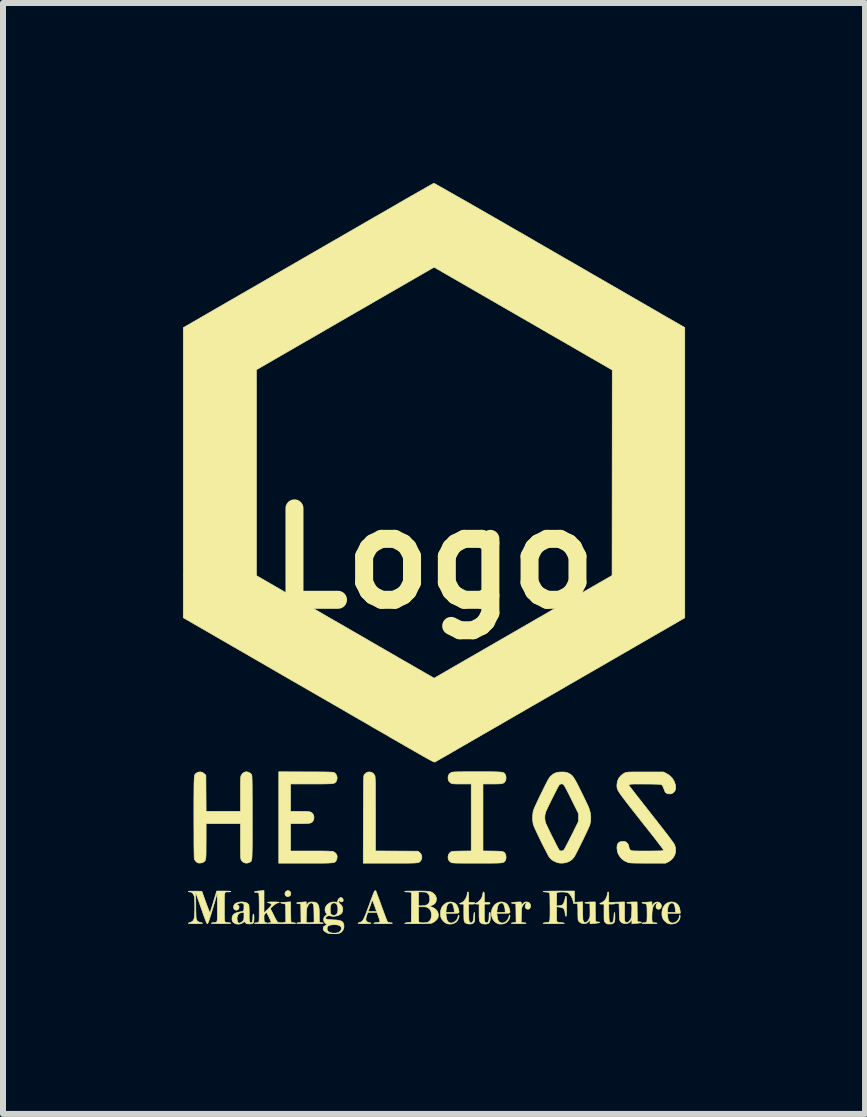
<source format=kicad_pcb>
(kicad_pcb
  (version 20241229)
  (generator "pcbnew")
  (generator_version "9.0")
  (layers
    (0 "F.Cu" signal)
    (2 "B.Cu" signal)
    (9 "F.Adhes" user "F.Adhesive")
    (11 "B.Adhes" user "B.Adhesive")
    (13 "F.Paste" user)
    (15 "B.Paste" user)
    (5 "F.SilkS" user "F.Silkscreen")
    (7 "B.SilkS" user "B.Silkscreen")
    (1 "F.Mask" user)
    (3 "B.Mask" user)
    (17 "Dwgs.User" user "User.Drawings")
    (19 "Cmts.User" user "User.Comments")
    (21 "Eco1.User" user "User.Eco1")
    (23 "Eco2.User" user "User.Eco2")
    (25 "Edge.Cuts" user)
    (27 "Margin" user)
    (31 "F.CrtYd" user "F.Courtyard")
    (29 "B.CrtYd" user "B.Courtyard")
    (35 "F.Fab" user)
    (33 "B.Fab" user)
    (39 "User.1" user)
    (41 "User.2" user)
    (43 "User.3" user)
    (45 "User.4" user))
  (footprint "Logo"
    (layer "F.Cu")
    (at 4.181 6.259)
    (property "Reference" "Logo" (at 0 0 0) (layer "F.SilkS") (effects (font (size 1.524 1.524) (thickness 0.3))))
    (attr through_hole)
    (fp_poly (pts (xy -2.406 5.543) (xy -2.39 5.56) (xy -2.384 5.577) (xy -2.385 5.602) (xy -2.396 5.622) (xy -2.415 5.634) (xy -2.437 5.638) (xy -2.458 5.631) (xy -2.467 5.624) (xy -2.48 5.603) (xy -2.481 5.58) (xy -2.472 5.559) (xy -2.455 5.543) (xy -2.433 5.537) (xy -2.406 5.543)) (stroke (width 0.01) (type solid)) (fill yes) (layer "F.SilkS"))
    (fp_poly (pts (xy 4.01 5.732) (xy 4.047 5.751) (xy 4.075 5.78) (xy 4.095 5.821) (xy 4.106 5.871) (xy 4.106 5.872) (xy 4.11 5.915) (xy 3.895 5.915) (xy 3.899 5.964) (xy 3.905 6.009) (xy 3.919 6.043) (xy 3.939 6.065) (xy 3.948 6.071) (xy 3.976 6.078) (xy 4.007 6.073) (xy 4.036 6.059) (xy 4.062 6.037) (xy 4.082 6.01) (xy 4.092 5.979) (xy 4.093 5.966) (xy 4.095 5.95) (xy 4.1 5.944) (xy 4.1 5.944) (xy 4.106 5.95) (xy 4.107 5.966) (xy 4.105 5.987) (xy 4.099 6.01) (xy 4.093 6.024) (xy 4.068 6.057) (xy 4.034 6.08) (xy 3.99 6.092) (xy 3.975 6.093) (xy 3.943 6.094) (xy 3.918 6.089) (xy 3.901 6.083) (xy 3.865 6.059) (xy 3.834 6.027) (xy 3.814 5.993) (xy 3.807 5.968) (xy 3.803 5.935) (xy 3.803 5.913) (xy 3.804 5.9) (xy 3.895 5.9) (xy 4.03 5.9) (xy 4.026 5.847) (xy 4.02 5.802) (xy 4.009 5.769) (xy 3.992 5.749) (xy 3.97 5.742) (xy 3.949 5.747) (xy 3.925 5.765) (xy 3.909 5.794) (xy 3.9 5.836) (xy 3.899 5.85) (xy 3.895 5.9) (xy 3.804 5.9) (xy 3.809 5.86) (xy 3.825 5.813) (xy 3.851 5.775) (xy 3.885 5.747) (xy 3.926 5.73) (xy 3.965 5.726) (xy 4.01 5.732)) (stroke (width 0.01) (type solid)) (fill yes) (layer "F.SilkS"))
    (fp_poly (pts (xy -1.032 3.568) (xy -1.004 3.588) (xy -0.985 3.615) (xy -0.983 3.62) (xy -0.981 3.626) (xy -0.979 3.636) (xy -0.978 3.648) (xy -0.977 3.665) (xy -0.976 3.688) (xy -0.975 3.716) (xy -0.974 3.752) (xy -0.973 3.796) (xy -0.973 3.849) (xy -0.973 3.912) (xy -0.973 3.986) (xy -0.973 4.072) (xy -0.972 4.171) (xy -0.972 4.258) (xy -0.972 4.876) (xy -0.264 4.88) (xy -0.238 4.9) (xy -0.213 4.927) (xy -0.2 4.96) (xy -0.199 4.994) (xy -0.211 5.028) (xy -0.219 5.039) (xy -0.225 5.048) (xy -0.231 5.054) (xy -0.238 5.06) (xy -0.246 5.065) (xy -0.258 5.069) (xy -0.274 5.072) (xy -0.295 5.075) (xy -0.323 5.077) (xy -0.357 5.078) (xy -0.401 5.079) (xy -0.454 5.08) (xy -0.517 5.08) (xy -0.593 5.08) (xy -0.681 5.08) (xy -0.726 5.08) (xy -1.176 5.08) (xy -1.174 4.351) (xy -1.174 4.232) (xy -1.173 4.127) (xy -1.173 4.035) (xy -1.173 3.954) (xy -1.172 3.885) (xy -1.172 3.826) (xy -1.171 3.776) (xy -1.171 3.734) (xy -1.17 3.701) (xy -1.169 3.674) (xy -1.168 3.653) (xy -1.167 3.637) (xy -1.166 3.625) (xy -1.164 3.617) (xy -1.162 3.611) (xy -1.16 3.606) (xy -1.158 3.603) (xy -1.157 3.602) (xy -1.13 3.576) (xy -1.098 3.561) (xy -1.065 3.559) (xy -1.032 3.568)) (stroke (width 0.01) (type solid)) (fill yes) (layer "F.SilkS"))
    (fp_poly (pts (xy 1.179 5.736) (xy 1.187 5.74) (xy 1.217 5.758) (xy 1.238 5.786) (xy 1.255 5.824) (xy 1.259 5.839) (xy 1.266 5.867) (xy 1.27 5.887) (xy 1.27 5.901) (xy 1.262 5.909) (xy 1.245 5.913) (xy 1.219 5.914) (xy 1.18 5.915) (xy 1.16 5.915) (xy 1.051 5.915) (xy 1.055 5.956) (xy 1.062 5.997) (xy 1.07 6.027) (xy 1.082 6.049) (xy 1.093 6.06) (xy 1.118 6.075) (xy 1.146 6.077) (xy 1.175 6.07) (xy 1.203 6.053) (xy 1.227 6.029) (xy 1.245 5.999) (xy 1.253 5.971) (xy 1.258 5.952) (xy 1.264 5.944) (xy 1.268 5.948) (xy 1.27 5.964) (xy 1.264 5.993) (xy 1.25 6.024) (xy 1.23 6.052) (xy 1.22 6.062) (xy 1.184 6.083) (xy 1.142 6.094) (xy 1.097 6.094) (xy 1.072 6.089) (xy 1.035 6.07) (xy 1.003 6.041) (xy 0.979 6.002) (xy 0.964 5.958) (xy 0.961 5.939) (xy 0.961 5.9) (xy 1.051 5.9) (xy 1.19 5.9) (xy 1.19 5.875) (xy 1.187 5.841) (xy 1.18 5.806) (xy 1.169 5.775) (xy 1.16 5.758) (xy 1.146 5.745) (xy 1.131 5.742) (xy 1.122 5.743) (xy 1.099 5.752) (xy 1.082 5.766) (xy 1.069 5.79) (xy 1.06 5.825) (xy 1.055 5.858) (xy 1.051 5.9) (xy 0.961 5.9) (xy 0.961 5.888) (xy 0.972 5.842) (xy 0.993 5.801) (xy 1.021 5.768) (xy 1.055 5.744) (xy 1.094 5.729) (xy 1.136 5.726) (xy 1.179 5.736)) (stroke (width 0.01) (type solid)) (fill yes) (layer "F.SilkS"))
    (fp_poly (pts (xy 1.577 5.731) (xy 1.599 5.748) (xy 1.612 5.774) (xy 1.614 5.791) (xy 1.609 5.819) (xy 1.596 5.838) (xy 1.577 5.848) (xy 1.554 5.845) (xy 1.54 5.838) (xy 1.527 5.821) (xy 1.524 5.798) (xy 1.529 5.775) (xy 1.539 5.762) (xy 1.548 5.751) (xy 1.546 5.745) (xy 1.543 5.743) (xy 1.525 5.744) (xy 1.505 5.758) (xy 1.485 5.785) (xy 1.482 5.79) (xy 1.475 5.803) (xy 1.47 5.815) (xy 1.466 5.829) (xy 1.463 5.847) (xy 1.462 5.873) (xy 1.461 5.908) (xy 1.46 5.944) (xy 1.457 6.065) (xy 1.474 6.069) (xy 1.494 6.073) (xy 1.515 6.074) (xy 1.531 6.076) (xy 1.538 6.081) (xy 1.539 6.081) (xy 1.531 6.084) (xy 1.511 6.087) (xy 1.478 6.088) (xy 1.434 6.089) (xy 1.415 6.089) (xy 1.367 6.088) (xy 1.33 6.087) (xy 1.305 6.085) (xy 1.293 6.083) (xy 1.292 6.081) (xy 1.298 6.076) (xy 1.309 6.074) (xy 1.329 6.073) (xy 1.349 6.07) (xy 1.372 6.065) (xy 1.368 5.759) (xy 1.33 5.753) (xy 1.309 5.748) (xy 1.295 5.744) (xy 1.292 5.741) (xy 1.298 5.738) (xy 1.316 5.735) (xy 1.342 5.732) (xy 1.372 5.729) (xy 1.403 5.727) (xy 1.431 5.726) (xy 1.435 5.726) (xy 1.45 5.727) (xy 1.457 5.733) (xy 1.459 5.747) (xy 1.459 5.755) (xy 1.459 5.785) (xy 1.487 5.755) (xy 1.505 5.738) (xy 1.521 5.729) (xy 1.539 5.726) (xy 1.544 5.726) (xy 1.577 5.731)) (stroke (width 0.01) (type solid)) (fill yes) (layer "F.SilkS"))
    (fp_poly (pts (xy 0.325 5.734) (xy 0.338 5.74) (xy 0.367 5.758) (xy 0.389 5.786) (xy 0.406 5.824) (xy 0.41 5.839) (xy 0.417 5.867) (xy 0.421 5.887) (xy 0.42 5.901) (xy 0.413 5.909) (xy 0.396 5.913) (xy 0.37 5.914) (xy 0.331 5.915) (xy 0.311 5.915) (xy 0.202 5.915) (xy 0.206 5.956) (xy 0.213 5.997) (xy 0.221 6.027) (xy 0.233 6.049) (xy 0.244 6.06) (xy 0.268 6.075) (xy 0.297 6.077) (xy 0.326 6.07) (xy 0.354 6.053) (xy 0.378 6.029) (xy 0.396 5.999) (xy 0.404 5.971) (xy 0.409 5.952) (xy 0.414 5.944) (xy 0.419 5.948) (xy 0.421 5.964) (xy 0.416 5.99) (xy 0.403 6.019) (xy 0.387 6.046) (xy 0.376 6.058) (xy 0.342 6.08) (xy 0.3 6.093) (xy 0.255 6.095) (xy 0.223 6.089) (xy 0.19 6.072) (xy 0.159 6.045) (xy 0.133 6.011) (xy 0.133 6.011) (xy 0.122 5.99) (xy 0.116 5.97) (xy 0.113 5.945) (xy 0.113 5.922) (xy 0.114 5.9) (xy 0.202 5.9) (xy 0.341 5.9) (xy 0.341 5.875) (xy 0.338 5.841) (xy 0.331 5.806) (xy 0.32 5.775) (xy 0.31 5.758) (xy 0.297 5.745) (xy 0.282 5.742) (xy 0.273 5.743) (xy 0.25 5.752) (xy 0.233 5.766) (xy 0.22 5.79) (xy 0.211 5.825) (xy 0.206 5.858) (xy 0.202 5.9) (xy 0.114 5.9) (xy 0.115 5.874) (xy 0.125 5.836) (xy 0.141 5.804) (xy 0.158 5.782) (xy 0.196 5.75) (xy 0.237 5.731) (xy 0.281 5.726) (xy 0.325 5.734)) (stroke (width 0.01) (type solid)) (fill yes) (layer "F.SilkS"))
    (fp_poly (pts (xy 0.574 5.561) (xy 0.578 5.569) (xy 0.579 5.585) (xy 0.58 5.612) (xy 0.581 5.646) (xy 0.581 5.733) (xy 0.631 5.733) (xy 0.658 5.734) (xy 0.673 5.735) (xy 0.68 5.739) (xy 0.682 5.747) (xy 0.682 5.748) (xy 0.681 5.755) (xy 0.675 5.76) (xy 0.661 5.762) (xy 0.636 5.762) (xy 0.631 5.762) (xy 0.579 5.762) (xy 0.582 5.906) (xy 0.583 5.96) (xy 0.584 6.001) (xy 0.587 6.031) (xy 0.591 6.051) (xy 0.596 6.064) (xy 0.604 6.071) (xy 0.614 6.074) (xy 0.621 6.074) (xy 0.638 6.07) (xy 0.65 6.055) (xy 0.659 6.03) (xy 0.664 5.992) (xy 0.666 5.969) (xy 0.668 5.939) (xy 0.671 5.916) (xy 0.674 5.902) (xy 0.676 5.9) (xy 0.678 5.907) (xy 0.681 5.925) (xy 0.682 5.952) (xy 0.682 5.976) (xy 0.682 6.011) (xy 0.681 6.034) (xy 0.678 6.05) (xy 0.673 6.061) (xy 0.665 6.071) (xy 0.652 6.084) (xy 0.634 6.09) (xy 0.609 6.094) (xy 0.576 6.093) (xy 0.55 6.087) (xy 0.547 6.086) (xy 0.532 6.078) (xy 0.521 6.07) (xy 0.512 6.059) (xy 0.507 6.042) (xy 0.503 6.019) (xy 0.502 5.986) (xy 0.501 5.943) (xy 0.501 5.902) (xy 0.501 5.762) (xy 0.464 5.762) (xy 0.441 5.761) (xy 0.43 5.756) (xy 0.431 5.751) (xy 0.446 5.745) (xy 0.451 5.744) (xy 0.479 5.731) (xy 0.505 5.707) (xy 0.529 5.676) (xy 0.547 5.639) (xy 0.557 5.602) (xy 0.559 5.583) (xy 0.561 5.565) (xy 0.57 5.559) (xy 0.57 5.559) (xy 0.574 5.561)) (stroke (width 0.01) (type solid)) (fill yes) (layer "F.SilkS"))
    (fp_poly (pts (xy 0.836 5.562) (xy 0.839 5.572) (xy 0.841 5.591) (xy 0.842 5.621) (xy 0.842 5.646) (xy 0.842 5.733) (xy 0.889 5.733) (xy 0.915 5.734) (xy 0.929 5.736) (xy 0.935 5.74) (xy 0.936 5.748) (xy 0.935 5.756) (xy 0.928 5.76) (xy 0.913 5.762) (xy 0.889 5.762) (xy 0.842 5.762) (xy 0.842 5.903) (xy 0.842 5.952) (xy 0.842 5.989) (xy 0.843 6.016) (xy 0.845 6.034) (xy 0.848 6.047) (xy 0.852 6.055) (xy 0.855 6.06) (xy 0.87 6.072) (xy 0.887 6.072) (xy 0.902 6.064) (xy 0.912 6.048) (xy 0.919 6.022) (xy 0.921 5.985) (xy 0.922 5.965) (xy 0.922 5.933) (xy 0.924 5.914) (xy 0.927 5.903) (xy 0.932 5.9) (xy 0.933 5.9) (xy 0.938 5.903) (xy 0.941 5.912) (xy 0.943 5.931) (xy 0.943 5.961) (xy 0.943 5.964) (xy 0.942 6.009) (xy 0.937 6.042) (xy 0.928 6.065) (xy 0.915 6.08) (xy 0.907 6.085) (xy 0.878 6.094) (xy 0.844 6.095) (xy 0.811 6.089) (xy 0.8 6.085) (xy 0.785 6.077) (xy 0.774 6.066) (xy 0.766 6.051) (xy 0.761 6.029) (xy 0.757 5.999) (xy 0.755 5.958) (xy 0.755 5.905) (xy 0.755 5.893) (xy 0.755 5.762) (xy 0.722 5.762) (xy 0.699 5.761) (xy 0.691 5.756) (xy 0.696 5.75) (xy 0.714 5.742) (xy 0.737 5.728) (xy 0.762 5.706) (xy 0.785 5.68) (xy 0.801 5.653) (xy 0.802 5.651) (xy 0.809 5.629) (xy 0.815 5.602) (xy 0.817 5.593) (xy 0.822 5.57) (xy 0.83 5.559) (xy 0.832 5.559) (xy 0.836 5.562)) (stroke (width 0.01) (type solid)) (fill yes) (layer "F.SilkS"))
    (fp_poly (pts (xy 3.636 5.763) (xy 3.636 5.802) (xy 3.648 5.778) (xy 3.669 5.751) (xy 3.697 5.733) (xy 3.729 5.726) (xy 3.755 5.733) (xy 3.778 5.75) (xy 3.792 5.774) (xy 3.795 5.794) (xy 3.79 5.818) (xy 3.777 5.836) (xy 3.759 5.846) (xy 3.739 5.848) (xy 3.721 5.84) (xy 3.708 5.823) (xy 3.705 5.813) (xy 3.705 5.789) (xy 3.714 5.767) (xy 3.726 5.753) (xy 3.732 5.747) (xy 3.727 5.743) (xy 3.716 5.743) (xy 3.703 5.748) (xy 3.68 5.766) (xy 3.662 5.791) (xy 3.649 5.825) (xy 3.641 5.869) (xy 3.637 5.924) (xy 3.636 5.969) (xy 3.636 6.01) (xy 3.638 6.039) (xy 3.642 6.057) (xy 3.651 6.068) (xy 3.664 6.073) (xy 3.684 6.074) (xy 3.693 6.074) (xy 3.712 6.076) (xy 3.722 6.08) (xy 3.723 6.081) (xy 3.716 6.084) (xy 3.695 6.086) (xy 3.662 6.088) (xy 3.618 6.089) (xy 3.596 6.089) (xy 3.555 6.088) (xy 3.519 6.087) (xy 3.492 6.086) (xy 3.474 6.084) (xy 3.469 6.082) (xy 3.475 6.078) (xy 3.492 6.074) (xy 3.506 6.073) (xy 3.528 6.069) (xy 3.545 6.063) (xy 3.549 6.059) (xy 3.552 6.048) (xy 3.554 6.025) (xy 3.555 5.994) (xy 3.556 5.957) (xy 3.556 5.917) (xy 3.555 5.876) (xy 3.555 5.838) (xy 3.553 5.806) (xy 3.551 5.782) (xy 3.549 5.77) (xy 3.549 5.77) (xy 3.535 5.759) (xy 3.507 5.752) (xy 3.505 5.751) (xy 3.483 5.747) (xy 3.471 5.741) (xy 3.471 5.736) (xy 3.483 5.733) (xy 3.493 5.733) (xy 3.511 5.733) (xy 3.539 5.731) (xy 3.57 5.729) (xy 3.576 5.728) (xy 3.636 5.724) (xy 3.636 5.763)) (stroke (width 0.01) (type solid)) (fill yes) (layer "F.SilkS"))
    (fp_poly (pts (xy -2.128 3.558) (xy -2.036 3.558) (xy -1.956 3.558) (xy -1.889 3.559) (xy -1.834 3.559) (xy -1.788 3.56) (xy -1.752 3.561) (xy -1.723 3.562) (xy -1.701 3.563) (xy -1.685 3.564) (xy -1.673 3.566) (xy -1.665 3.568) (xy -1.659 3.57) (xy -1.655 3.573) (xy -1.653 3.574) (xy -1.628 3.601) (xy -1.614 3.635) (xy -1.611 3.67) (xy -1.621 3.705) (xy -1.625 3.713) (xy -1.631 3.723) (xy -1.638 3.731) (xy -1.646 3.739) (xy -1.656 3.744) (xy -1.67 3.749) (xy -1.69 3.752) (xy -1.716 3.755) (xy -1.749 3.757) (xy -1.791 3.758) (xy -1.843 3.759) (xy -1.906 3.759) (xy -1.982 3.759) (xy -2.039 3.759) (xy -2.388 3.759) (xy -2.388 4.216) (xy -2.231 4.216) (xy -2.176 4.217) (xy -2.133 4.217) (xy -2.1 4.219) (xy -2.075 4.222) (xy -2.057 4.227) (xy -2.043 4.233) (xy -2.031 4.242) (xy -2.019 4.255) (xy -2.018 4.255) (xy -2.003 4.281) (xy -1.997 4.313) (xy -2 4.346) (xy -2.009 4.368) (xy -2.018 4.384) (xy -2.029 4.396) (xy -2.042 4.405) (xy -2.061 4.411) (xy -2.086 4.416) (xy -2.12 4.418) (xy -2.164 4.419) (xy -2.221 4.42) (xy -2.23 4.42) (xy -2.388 4.42) (xy -2.388 4.877) (xy -2.048 4.877) (xy -1.966 4.877) (xy -1.892 4.877) (xy -1.827 4.878) (xy -1.773 4.879) (xy -1.731 4.881) (xy -1.701 4.882) (xy -1.684 4.884) (xy -1.682 4.884) (xy -1.66 4.895) (xy -1.638 4.912) (xy -1.633 4.917) (xy -1.618 4.938) (xy -1.612 4.958) (xy -1.611 4.977) (xy -1.616 5.012) (xy -1.626 5.035) (xy -1.631 5.044) (xy -1.637 5.052) (xy -1.643 5.058) (xy -1.652 5.063) (xy -1.664 5.068) (xy -1.68 5.071) (xy -1.702 5.074) (xy -1.73 5.076) (xy -1.766 5.078) (xy -1.811 5.079) (xy -1.865 5.08) (xy -1.93 5.08) (xy -2.007 5.08) (xy -2.097 5.08) (xy -2.584 5.08) (xy -2.584 3.556) (xy -2.128 3.558)) (stroke (width 0.01) (type solid)) (fill yes) (layer "F.SilkS"))
    (fp_poly (pts (xy -2.126 5.759) (xy -2.126 5.795) (xy -2.111 5.77) (xy -2.096 5.748) (xy -2.082 5.735) (xy -2.064 5.729) (xy -2.038 5.727) (xy -2.02 5.728) (xy -1.991 5.729) (xy -1.972 5.733) (xy -1.958 5.74) (xy -1.945 5.751) (xy -1.933 5.765) (xy -1.924 5.78) (xy -1.917 5.799) (xy -1.913 5.825) (xy -1.91 5.859) (xy -1.909 5.904) (xy -1.909 5.945) (xy -1.909 5.989) (xy -1.908 6.021) (xy -1.907 6.043) (xy -1.905 6.056) (xy -1.902 6.064) (xy -1.898 6.068) (xy -1.892 6.07) (xy -1.871 6.073) (xy -1.86 6.074) (xy -1.847 6.077) (xy -1.843 6.081) (xy -1.85 6.084) (xy -1.872 6.086) (xy -1.906 6.087) (xy -1.954 6.088) (xy -2.015 6.089) (xy -2.065 6.089) (xy -2.134 6.089) (xy -2.191 6.088) (xy -2.235 6.087) (xy -2.265 6.085) (xy -2.282 6.083) (xy -2.286 6.081) (xy -2.28 6.076) (xy -2.266 6.074) (xy -2.244 6.072) (xy -2.23 6.07) (xy -2.213 6.065) (xy -2.214 6.026) (xy -2.126 6.026) (xy -2.126 6.046) (xy -2.124 6.059) (xy -2.121 6.065) (xy -2.116 6.068) (xy -2.114 6.069) (xy -2.09 6.073) (xy -2.061 6.073) (xy -2.033 6.071) (xy -2.014 6.067) (xy -1.995 6.06) (xy -1.997 5.92) (xy -1.998 5.87) (xy -1.999 5.832) (xy -2.001 5.805) (xy -2.003 5.785) (xy -2.007 5.772) (xy -2.011 5.762) (xy -2.012 5.76) (xy -2.029 5.744) (xy -2.048 5.741) (xy -2.069 5.751) (xy -2.089 5.773) (xy -2.107 5.805) (xy -2.113 5.82) (xy -2.118 5.838) (xy -2.121 5.859) (xy -2.123 5.889) (xy -2.124 5.928) (xy -2.125 5.952) (xy -2.126 5.995) (xy -2.126 6.026) (xy -2.214 6.026) (xy -2.215 5.912) (xy -2.217 5.759) (xy -2.252 5.756) (xy -2.274 5.753) (xy -2.285 5.748) (xy -2.284 5.742) (xy -2.273 5.738) (xy -2.261 5.735) (xy -2.238 5.733) (xy -2.208 5.73) (xy -2.193 5.729) (xy -2.126 5.724) (xy -2.126 5.759)) (stroke (width 0.01) (type solid)) (fill yes) (layer "F.SilkS"))
    (fp_poly (pts (xy -0.966 5.542) (xy -0.963 5.546) (xy -0.96 5.555) (xy -0.952 5.576) (xy -0.941 5.607) (xy -0.926 5.647) (xy -0.909 5.693) (xy -0.89 5.746) (xy -0.875 5.788) (xy -0.854 5.844) (xy -0.835 5.896) (xy -0.817 5.943) (xy -0.802 5.984) (xy -0.79 6.015) (xy -0.782 6.036) (xy -0.779 6.043) (xy -0.771 6.057) (xy -0.76 6.065) (xy -0.742 6.069) (xy -0.729 6.071) (xy -0.702 6.075) (xy -0.69 6.079) (xy -0.691 6.082) (xy -0.706 6.085) (xy -0.733 6.087) (xy -0.772 6.088) (xy -0.824 6.089) (xy -0.845 6.089) (xy -0.9 6.088) (xy -0.943 6.087) (xy -0.975 6.085) (xy -0.995 6.083) (xy -1.002 6.08) (xy -0.996 6.077) (xy -0.976 6.073) (xy -0.956 6.071) (xy -0.931 6.068) (xy -0.91 6.064) (xy -0.901 6.061) (xy -0.898 6.054) (xy -0.9 6.041) (xy -0.906 6.018) (xy -0.917 5.984) (xy -0.919 5.978) (xy -0.947 5.9) (xy -1.1 5.9) (xy -1.116 5.945) (xy -1.129 5.988) (xy -1.132 6.019) (xy -1.126 6.042) (xy -1.11 6.058) (xy -1.083 6.069) (xy -1.072 6.071) (xy -1.052 6.076) (xy -1.045 6.08) (xy -1.051 6.084) (xy -1.071 6.086) (xy -1.103 6.088) (xy -1.147 6.089) (xy -1.154 6.089) (xy -1.196 6.088) (xy -1.229 6.087) (xy -1.252 6.085) (xy -1.262 6.083) (xy -1.263 6.082) (xy -1.256 6.076) (xy -1.241 6.069) (xy -1.235 6.067) (xy -1.221 6.063) (xy -1.209 6.058) (xy -1.198 6.05) (xy -1.187 6.039) (xy -1.176 6.022) (xy -1.164 6) (xy -1.151 5.971) (xy -1.135 5.933) (xy -1.117 5.886) (xy -1.117 5.886) (xy -1.095 5.886) (xy -0.953 5.886) (xy -0.986 5.791) (xy -0.999 5.757) (xy -1.01 5.728) (xy -1.018 5.708) (xy -1.023 5.698) (xy -1.024 5.697) (xy -1.028 5.703) (xy -1.035 5.719) (xy -1.039 5.731) (xy -1.047 5.755) (xy -1.058 5.786) (xy -1.07 5.819) (xy -1.073 5.826) (xy -1.095 5.886) (xy -1.117 5.886) (xy -1.096 5.828) (xy -1.07 5.759) (xy -1.055 5.717) (xy -1.034 5.659) (xy -1.017 5.614) (xy -1.004 5.58) (xy -0.993 5.557) (xy -0.986 5.543) (xy -0.98 5.538) (xy -0.979 5.537) (xy -0.966 5.542)) (stroke (width 0.01) (type solid)) (fill yes) (layer "F.SilkS"))
    (fp_poly (pts (xy -0.223 5.545) (xy -0.171 5.545) (xy -0.129 5.547) (xy -0.097 5.549) (xy -0.072 5.552) (xy -0.052 5.557) (xy -0.035 5.564) (xy -0.02 5.573) (xy -0.007 5.582) (xy 0.023 5.612) (xy 0.04 5.648) (xy 0.044 5.678) (xy 0.038 5.717) (xy 0.022 5.748) (xy -0.006 5.771) (xy -0.046 5.788) (xy -0.074 5.796) (xy -0.031 5.812) (xy 0.012 5.833) (xy 0.046 5.863) (xy 0.067 5.898) (xy 0.077 5.936) (xy 0.073 5.978) (xy 0.073 5.978) (xy 0.06 6.006) (xy 0.036 6.034) (xy 0.007 6.058) (xy -0.025 6.076) (xy -0.039 6.081) (xy -0.054 6.083) (xy -0.08 6.084) (xy -0.115 6.086) (xy -0.157 6.087) (xy -0.203 6.088) (xy -0.252 6.089) (xy -0.302 6.089) (xy -0.349 6.089) (xy -0.393 6.088) (xy -0.43 6.087) (xy -0.46 6.086) (xy -0.479 6.085) (xy -0.486 6.083) (xy -0.486 6.083) (xy -0.48 6.079) (xy -0.462 6.075) (xy -0.437 6.071) (xy -0.43 6.07) (xy -0.374 6.063) (xy -0.373 5.932) (xy -0.254 5.932) (xy -0.254 5.979) (xy -0.253 6.012) (xy -0.252 6.036) (xy -0.25 6.051) (xy -0.247 6.06) (xy -0.243 6.065) (xy -0.241 6.066) (xy -0.223 6.072) (xy -0.196 6.074) (xy -0.164 6.074) (xy -0.133 6.071) (xy -0.106 6.066) (xy -0.094 6.062) (xy -0.066 6.04) (xy -0.048 6.008) (xy -0.039 5.967) (xy -0.038 5.935) (xy -0.045 5.891) (xy -0.059 5.858) (xy -0.083 5.833) (xy -0.098 5.822) (xy -0.116 5.814) (xy -0.135 5.809) (xy -0.161 5.806) (xy -0.191 5.806) (xy -0.254 5.806) (xy -0.254 5.932) (xy -0.373 5.932) (xy -0.372 5.816) (xy -0.37 5.568) (xy -0.386 5.564) (xy -0.403 5.561) (xy -0.427 5.559) (xy -0.445 5.559) (xy -0.446 5.559) (xy -0.254 5.559) (xy -0.254 5.791) (xy -0.201 5.791) (xy -0.154 5.788) (xy -0.119 5.777) (xy -0.091 5.757) (xy -0.073 5.727) (xy -0.066 5.687) (xy -0.066 5.678) (xy -0.071 5.633) (xy -0.084 5.6) (xy -0.107 5.577) (xy -0.108 5.576) (xy -0.123 5.567) (xy -0.14 5.562) (xy -0.162 5.56) (xy -0.193 5.559) (xy -0.254 5.559) (xy -0.446 5.559) (xy -0.467 5.558) (xy -0.482 5.555) (xy -0.486 5.552) (xy -0.479 5.549) (xy -0.458 5.547) (xy -0.423 5.546) (xy -0.376 5.545) (xy -0.316 5.545) (xy -0.288 5.544) (xy -0.223 5.545)) (stroke (width 0.01) (type solid)) (fill yes) (layer "F.SilkS"))
    (fp_poly (pts (xy -3.179 5.727) (xy -3.142 5.733) (xy -3.111 5.746) (xy -3.089 5.765) (xy -3.088 5.766) (xy -3.084 5.775) (xy -3.081 5.789) (xy -3.079 5.809) (xy -3.078 5.838) (xy -3.077 5.878) (xy -3.077 5.915) (xy -3.077 5.968) (xy -3.076 6.008) (xy -3.073 6.036) (xy -3.069 6.056) (xy -3.064 6.068) (xy -3.056 6.073) (xy -3.048 6.074) (xy -3.033 6.068) (xy -3.023 6.051) (xy -3.018 6.02) (xy -3.016 5.985) (xy -3.015 5.954) (xy -3.012 5.936) (xy -3.007 5.929) (xy -3.006 5.929) (xy -3.002 5.934) (xy -2.999 5.949) (xy -2.997 5.976) (xy -2.997 5.994) (xy -2.998 6.033) (xy -3.003 6.061) (xy -3.012 6.078) (xy -3.028 6.088) (xy -3.053 6.092) (xy -3.073 6.092) (xy -3.1 6.092) (xy -3.117 6.089) (xy -3.129 6.083) (xy -3.14 6.072) (xy -3.14 6.072) (xy -3.158 6.051) (xy -3.174 6.066) (xy -3.204 6.085) (xy -3.241 6.095) (xy -3.28 6.095) (xy -3.313 6.086) (xy -3.341 6.068) (xy -3.358 6.045) (xy -3.364 6.013) (xy -3.364 6.006) (xy -3.363 6) (xy -3.28 6) (xy -3.278 6.024) (xy -3.272 6.049) (xy -3.263 6.068) (xy -3.257 6.076) (xy -3.239 6.079) (xy -3.217 6.072) (xy -3.193 6.054) (xy -3.188 6.049) (xy -3.176 6.036) (xy -3.169 6.024) (xy -3.166 6.01) (xy -3.164 5.989) (xy -3.164 5.961) (xy -3.164 5.898) (xy -3.198 5.903) (xy -3.221 5.908) (xy -3.24 5.914) (xy -3.245 5.917) (xy -3.258 5.931) (xy -3.269 5.954) (xy -3.278 5.98) (xy -3.28 6) (xy -3.363 6) (xy -3.359 5.969) (xy -3.343 5.94) (xy -3.315 5.917) (xy -3.276 5.901) (xy -3.231 5.892) (xy -3.205 5.887) (xy -3.184 5.882) (xy -3.174 5.877) (xy -3.168 5.865) (xy -3.165 5.839) (xy -3.164 5.812) (xy -3.164 5.783) (xy -3.166 5.766) (xy -3.169 5.756) (xy -3.176 5.75) (xy -3.184 5.747) (xy -3.214 5.742) (xy -3.246 5.748) (xy -3.272 5.76) (xy -3.284 5.769) (xy -3.285 5.773) (xy -3.277 5.775) (xy -3.257 5.784) (xy -3.247 5.801) (xy -3.246 5.821) (xy -3.252 5.84) (xy -3.265 5.856) (xy -3.285 5.863) (xy -3.291 5.864) (xy -3.314 5.858) (xy -3.33 5.842) (xy -3.337 5.82) (xy -3.336 5.795) (xy -3.325 5.771) (xy -3.318 5.762) (xy -3.291 5.744) (xy -3.257 5.732) (xy -3.218 5.726) (xy -3.179 5.727)) (stroke (width 0.01) (type solid)) (fill yes) (layer "F.SilkS"))
    (fp_poly (pts (xy 0.811 3.556) (xy 0.888 3.556) (xy 0.953 3.556) (xy 1.007 3.557) (xy 1.052 3.558) (xy 1.087 3.56) (xy 1.115 3.562) (xy 1.136 3.564) (xy 1.152 3.568) (xy 1.164 3.573) (xy 1.172 3.578) (xy 1.179 3.585) (xy 1.185 3.593) (xy 1.189 3.598) (xy 1.201 3.626) (xy 1.205 3.659) (xy 1.201 3.692) (xy 1.19 3.716) (xy 1.179 3.73) (xy 1.169 3.74) (xy 1.155 3.747) (xy 1.137 3.753) (xy 1.113 3.756) (xy 1.08 3.758) (xy 1.037 3.759) (xy 0.981 3.759) (xy 0.976 3.759) (xy 0.82 3.759) (xy 0.82 4.876) (xy 0.982 4.878) (xy 1.039 4.879) (xy 1.084 4.881) (xy 1.118 4.883) (xy 1.143 4.887) (xy 1.161 4.892) (xy 1.174 4.9) (xy 1.184 4.911) (xy 1.192 4.924) (xy 1.194 4.928) (xy 1.203 4.956) (xy 1.205 4.988) (xy 1.2 5.018) (xy 1.19 5.039) (xy 1.183 5.048) (xy 1.177 5.055) (xy 1.169 5.061) (xy 1.16 5.066) (xy 1.147 5.07) (xy 1.131 5.073) (xy 1.108 5.076) (xy 1.079 5.077) (xy 1.042 5.079) (xy 0.996 5.079) (xy 0.941 5.08) (xy 0.873 5.08) (xy 0.794 5.08) (xy 0.721 5.08) (xy 0.633 5.08) (xy 0.558 5.08) (xy 0.496 5.08) (xy 0.444 5.079) (xy 0.403 5.079) (xy 0.37 5.078) (xy 0.345 5.077) (xy 0.325 5.076) (xy 0.311 5.074) (xy 0.301 5.073) (xy 0.294 5.07) (xy 0.288 5.067) (xy 0.285 5.066) (xy 0.257 5.042) (xy 0.241 5.012) (xy 0.237 4.979) (xy 0.244 4.941) (xy 0.262 4.911) (xy 0.282 4.894) (xy 0.29 4.889) (xy 0.3 4.886) (xy 0.315 4.883) (xy 0.337 4.881) (xy 0.367 4.88) (xy 0.408 4.879) (xy 0.461 4.878) (xy 0.463 4.878) (xy 0.624 4.876) (xy 0.624 3.759) (xy 0.466 3.759) (xy 0.414 3.759) (xy 0.374 3.759) (xy 0.344 3.758) (xy 0.323 3.756) (xy 0.308 3.754) (xy 0.296 3.751) (xy 0.287 3.746) (xy 0.285 3.745) (xy 0.257 3.722) (xy 0.242 3.693) (xy 0.237 3.656) (xy 0.243 3.619) (xy 0.26 3.591) (xy 0.289 3.57) (xy 0.291 3.569) (xy 0.297 3.566) (xy 0.305 3.564) (xy 0.316 3.562) (xy 0.331 3.56) (xy 0.352 3.559) (xy 0.378 3.558) (xy 0.413 3.557) (xy 0.456 3.557) (xy 0.51 3.556) (xy 0.575 3.556) (xy 0.652 3.556) (xy 0.721 3.556) (xy 0.811 3.556)) (stroke (width 0.01) (type solid)) (fill yes) (layer "F.SilkS"))
    (fp_poly (pts (xy -3.095 3.562) (xy -3.064 3.577) (xy -3.041 3.598) (xy -3.039 3.6) (xy -3.037 3.603) (xy -3.035 3.608) (xy -3.034 3.615) (xy -3.032 3.625) (xy -3.031 3.639) (xy -3.03 3.658) (xy -3.029 3.682) (xy -3.028 3.713) (xy -3.028 3.752) (xy -3.027 3.799) (xy -3.027 3.854) (xy -3.027 3.92) (xy -3.026 3.997) (xy -3.026 4.086) (xy -3.026 4.187) (xy -3.026 4.302) (xy -3.026 4.317) (xy -3.026 4.436) (xy -3.026 4.54) (xy -3.026 4.632) (xy -3.026 4.712) (xy -3.026 4.781) (xy -3.027 4.839) (xy -3.028 4.889) (xy -3.029 4.93) (xy -3.03 4.963) (xy -3.032 4.989) (xy -3.034 5.01) (xy -3.037 5.026) (xy -3.04 5.037) (xy -3.045 5.046) (xy -3.049 5.052) (xy -3.055 5.056) (xy -3.061 5.06) (xy -3.068 5.064) (xy -3.072 5.066) (xy -3.105 5.078) (xy -3.139 5.078) (xy -3.172 5.066) (xy -3.198 5.044) (xy -3.209 5.029) (xy -3.212 5.022) (xy -3.215 5.013) (xy -3.217 5.001) (xy -3.219 4.985) (xy -3.22 4.963) (xy -3.221 4.934) (xy -3.222 4.896) (xy -3.222 4.848) (xy -3.222 4.788) (xy -3.222 4.715) (xy -3.222 4.42) (xy -3.795 4.42) (xy -3.795 4.711) (xy -3.796 4.787) (xy -3.796 4.851) (xy -3.796 4.902) (xy -3.797 4.944) (xy -3.799 4.976) (xy -3.802 5.001) (xy -3.805 5.019) (xy -3.81 5.033) (xy -3.816 5.043) (xy -3.824 5.051) (xy -3.833 5.058) (xy -3.837 5.061) (xy -3.858 5.071) (xy -3.887 5.077) (xy -3.916 5.078) (xy -3.937 5.073) (xy -3.959 5.058) (xy -3.979 5.034) (xy -3.991 5.012) (xy -3.992 5.002) (xy -3.994 4.979) (xy -3.995 4.942) (xy -3.996 4.893) (xy -3.997 4.83) (xy -3.998 4.754) (xy -3.998 4.664) (xy -3.998 4.56) (xy -3.999 4.442) (xy -3.999 4.317) (xy -3.999 4.2) (xy -3.999 4.097) (xy -3.999 4.007) (xy -3.998 3.928) (xy -3.998 3.86) (xy -3.997 3.803) (xy -3.997 3.754) (xy -3.995 3.714) (xy -3.994 3.682) (xy -3.992 3.655) (xy -3.99 3.635) (xy -3.987 3.62) (xy -3.984 3.608) (xy -3.98 3.599) (xy -3.975 3.593) (xy -3.97 3.588) (xy -3.964 3.583) (xy -3.959 3.579) (xy -3.926 3.562) (xy -3.891 3.558) (xy -3.856 3.567) (xy -3.825 3.588) (xy -3.82 3.593) (xy -3.799 3.615) (xy -3.797 3.916) (xy -3.795 4.216) (xy -3.222 4.216) (xy -3.222 3.928) (xy -3.222 3.855) (xy -3.222 3.795) (xy -3.222 3.746) (xy -3.221 3.708) (xy -3.22 3.679) (xy -3.219 3.656) (xy -3.217 3.64) (xy -3.215 3.628) (xy -3.212 3.62) (xy -3.209 3.614) (xy -3.191 3.588) (xy -3.165 3.568) (xy -3.136 3.557) (xy -3.125 3.556) (xy -3.095 3.562)) (stroke (width 0.01) (type solid)) (fill yes) (layer "F.SilkS"))
    (fp_poly (pts (xy 2.912 5.562) (xy 2.915 5.572) (xy 2.916 5.591) (xy 2.917 5.622) (xy 2.917 5.647) (xy 2.917 5.735) (xy 3.048 5.73) (xy 3.179 5.725) (xy 3.179 5.885) (xy 3.179 5.937) (xy 3.179 5.977) (xy 3.18 6.006) (xy 3.181 6.027) (xy 3.183 6.041) (xy 3.186 6.05) (xy 3.19 6.056) (xy 3.194 6.06) (xy 3.212 6.07) (xy 3.233 6.067) (xy 3.255 6.052) (xy 3.276 6.024) (xy 3.282 6.013) (xy 3.289 5.999) (xy 3.293 5.983) (xy 3.296 5.963) (xy 3.298 5.934) (xy 3.3 5.896) (xy 3.301 5.876) (xy 3.302 5.83) (xy 3.301 5.797) (xy 3.299 5.774) (xy 3.293 5.759) (xy 3.284 5.752) (xy 3.271 5.748) (xy 3.252 5.748) (xy 3.25 5.748) (xy 3.23 5.747) (xy 3.217 5.744) (xy 3.215 5.741) (xy 3.222 5.737) (xy 3.24 5.733) (xy 3.268 5.729) (xy 3.302 5.727) (xy 3.339 5.726) (xy 3.34 5.726) (xy 3.389 5.726) (xy 3.391 5.891) (xy 3.393 6.056) (xy 3.427 6.058) (xy 3.447 6.061) (xy 3.46 6.065) (xy 3.462 6.067) (xy 3.458 6.071) (xy 3.448 6.074) (xy 3.428 6.077) (xy 3.397 6.081) (xy 3.353 6.085) (xy 3.351 6.085) (xy 3.302 6.09) (xy 3.302 6.051) (xy 3.302 6.013) (xy 3.288 6.034) (xy 3.267 6.063) (xy 3.242 6.079) (xy 3.211 6.087) (xy 3.209 6.087) (xy 3.171 6.085) (xy 3.137 6.074) (xy 3.112 6.053) (xy 3.108 6.048) (xy 3.104 6.039) (xy 3.1 6.027) (xy 3.097 6.009) (xy 3.095 5.984) (xy 3.093 5.949) (xy 3.092 5.903) (xy 3.092 5.89) (xy 3.088 5.751) (xy 3.053 5.749) (xy 3.032 5.749) (xy 3.02 5.752) (xy 3.019 5.755) (xy 3.012 5.759) (xy 2.993 5.761) (xy 2.968 5.762) (xy 2.916 5.762) (xy 2.919 5.906) (xy 2.92 5.96) (xy 2.921 6.001) (xy 2.924 6.031) (xy 2.927 6.051) (xy 2.933 6.064) (xy 2.94 6.071) (xy 2.95 6.074) (xy 2.958 6.074) (xy 2.975 6.07) (xy 2.987 6.055) (xy 2.996 6.03) (xy 3.001 5.992) (xy 3.003 5.969) (xy 3.005 5.939) (xy 3.008 5.916) (xy 3.011 5.902) (xy 3.013 5.9) (xy 3.015 5.907) (xy 3.017 5.925) (xy 3.019 5.952) (xy 3.019 5.976) (xy 3.019 6.011) (xy 3.017 6.034) (xy 3.015 6.05) (xy 3.01 6.061) (xy 3.002 6.071) (xy 3.002 6.071) (xy 2.989 6.083) (xy 2.975 6.09) (xy 2.952 6.093) (xy 2.942 6.094) (xy 2.916 6.094) (xy 2.894 6.092) (xy 2.884 6.089) (xy 2.869 6.079) (xy 2.853 6.063) (xy 2.853 6.063) (xy 2.848 6.055) (xy 2.844 6.047) (xy 2.841 6.035) (xy 2.839 6.017) (xy 2.838 5.992) (xy 2.838 5.957) (xy 2.838 5.911) (xy 2.838 5.903) (xy 2.838 5.762) (xy 2.801 5.762) (xy 2.777 5.761) (xy 2.767 5.757) (xy 2.77 5.75) (xy 2.788 5.742) (xy 2.79 5.741) (xy 2.827 5.721) (xy 2.858 5.689) (xy 2.881 5.648) (xy 2.893 5.602) (xy 2.894 5.594) (xy 2.898 5.57) (xy 2.905 5.559) (xy 2.907 5.559) (xy 2.912 5.562)) (stroke (width 0.01) (type solid)) (fill yes) (layer "F.SilkS"))
    (fp_poly (pts (xy 2.173 3.561) (xy 2.199 3.564) (xy 2.222 3.57) (xy 2.244 3.579) (xy 2.263 3.589) (xy 2.281 3.6) (xy 2.297 3.613) (xy 2.313 3.629) (xy 2.329 3.65) (xy 2.347 3.678) (xy 2.367 3.713) (xy 2.391 3.757) (xy 2.419 3.812) (xy 2.451 3.878) (xy 2.453 3.881) (xy 2.48 3.936) (xy 2.506 3.989) (xy 2.53 4.039) (xy 2.551 4.083) (xy 2.568 4.119) (xy 2.579 4.145) (xy 2.584 4.155) (xy 2.607 4.23) (xy 2.617 4.307) (xy 2.614 4.383) (xy 2.601 4.442) (xy 2.595 4.458) (xy 2.583 4.485) (xy 2.567 4.521) (xy 2.546 4.565) (xy 2.523 4.614) (xy 2.498 4.666) (xy 2.472 4.72) (xy 2.445 4.773) (xy 2.42 4.825) (xy 2.396 4.872) (xy 2.374 4.914) (xy 2.357 4.947) (xy 2.344 4.971) (xy 2.337 4.981) (xy 2.302 5.02) (xy 2.258 5.05) (xy 2.207 5.07) (xy 2.152 5.079) (xy 2.096 5.078) (xy 2.049 5.066) (xy 2.003 5.046) (xy 1.961 5.018) (xy 1.933 4.99) (xy 1.923 4.976) (xy 1.909 4.951) (xy 1.89 4.916) (xy 1.868 4.873) (xy 1.843 4.825) (xy 1.816 4.773) (xy 1.789 4.718) (xy 1.763 4.663) (xy 1.737 4.61) (xy 1.714 4.561) (xy 1.693 4.516) (xy 1.676 4.479) (xy 1.665 4.45) (xy 1.658 4.433) (xy 1.658 4.432) (xy 1.651 4.388) (xy 1.648 4.335) (xy 1.648 4.332) (xy 1.85 4.332) (xy 1.857 4.383) (xy 1.862 4.401) (xy 1.868 4.418) (xy 1.88 4.444) (xy 1.897 4.479) (xy 1.916 4.52) (xy 1.939 4.566) (xy 1.962 4.614) (xy 1.987 4.663) (xy 2.011 4.71) (xy 2.033 4.755) (xy 2.054 4.794) (xy 2.071 4.827) (xy 2.084 4.85) (xy 2.092 4.863) (xy 2.094 4.865) (xy 2.114 4.876) (xy 2.138 4.876) (xy 2.161 4.866) (xy 2.171 4.856) (xy 2.178 4.845) (xy 2.191 4.822) (xy 2.208 4.79) (xy 2.229 4.75) (xy 2.253 4.703) (xy 2.279 4.651) (xy 2.301 4.609) (xy 2.413 4.382) (xy 2.413 4.254) (xy 2.293 4.013) (xy 2.262 3.949) (xy 2.235 3.897) (xy 2.214 3.856) (xy 2.197 3.824) (xy 2.184 3.801) (xy 2.173 3.784) (xy 2.165 3.773) (xy 2.158 3.766) (xy 2.153 3.763) (xy 2.127 3.757) (xy 2.106 3.764) (xy 2.091 3.776) (xy 2.084 3.787) (xy 2.072 3.808) (xy 2.055 3.839) (xy 2.036 3.877) (xy 2.013 3.921) (xy 1.99 3.968) (xy 1.965 4.017) (xy 1.942 4.065) (xy 1.919 4.111) (xy 1.899 4.153) (xy 1.883 4.188) (xy 1.87 4.216) (xy 1.864 4.231) (xy 1.853 4.279) (xy 1.85 4.332) (xy 1.648 4.332) (xy 1.649 4.282) (xy 1.654 4.232) (xy 1.658 4.211) (xy 1.665 4.191) (xy 1.677 4.16) (xy 1.696 4.118) (xy 1.72 4.066) (xy 1.749 4.004) (xy 1.782 3.935) (xy 1.795 3.91) (xy 1.827 3.845) (xy 1.853 3.791) (xy 1.875 3.748) (xy 1.893 3.714) (xy 1.907 3.687) (xy 1.92 3.667) (xy 1.93 3.651) (xy 1.939 3.639) (xy 1.949 3.629) (xy 1.958 3.62) (xy 1.995 3.592) (xy 2.032 3.574) (xy 2.076 3.563) (xy 2.128 3.56) (xy 2.137 3.56) (xy 2.173 3.561)) (stroke (width 0.01) (type solid)) (fill yes) (layer "F.SilkS"))
    (fp_poly (pts (xy -2.83 5.911) (xy -2.768 5.849) (xy -2.741 5.821) (xy -2.723 5.801) (xy -2.712 5.786) (xy -2.708 5.774) (xy -2.708 5.769) (xy -2.713 5.757) (xy -2.724 5.749) (xy -2.741 5.744) (xy -2.763 5.739) (xy -2.771 5.734) (xy -2.764 5.73) (xy -2.743 5.728) (xy -2.707 5.726) (xy -2.674 5.726) (xy -2.633 5.726) (xy -2.602 5.728) (xy -2.582 5.73) (xy -2.576 5.733) (xy -2.582 5.739) (xy -2.593 5.74) (xy -2.612 5.745) (xy -2.637 5.759) (xy -2.664 5.778) (xy -2.691 5.801) (xy -2.699 5.809) (xy -2.725 5.835) (xy -2.67 5.944) (xy -2.651 5.982) (xy -2.634 6.015) (xy -2.618 6.041) (xy -2.607 6.059) (xy -2.602 6.064) (xy -2.585 6.07) (xy -2.56 6.073) (xy -2.531 6.074) (xy -2.503 6.071) (xy -2.486 6.067) (xy -2.467 6.06) (xy -2.468 5.917) (xy -2.468 5.872) (xy -2.469 5.832) (xy -2.47 5.8) (xy -2.471 5.777) (xy -2.473 5.765) (xy -2.473 5.765) (xy -2.483 5.759) (xy -2.502 5.754) (xy -2.516 5.751) (xy -2.539 5.747) (xy -2.552 5.741) (xy -2.553 5.737) (xy -2.542 5.734) (xy -2.531 5.733) (xy -2.512 5.733) (xy -2.485 5.731) (xy -2.454 5.729) (xy -2.448 5.728) (xy -2.388 5.724) (xy -2.386 5.891) (xy -2.385 5.939) (xy -2.384 5.982) (xy -2.383 6.018) (xy -2.381 6.045) (xy -2.38 6.061) (xy -2.379 6.064) (xy -2.369 6.067) (xy -2.35 6.071) (xy -2.337 6.073) (xy -2.316 6.076) (xy -2.303 6.08) (xy -2.301 6.082) (xy -2.307 6.084) (xy -2.327 6.085) (xy -2.358 6.087) (xy -2.398 6.088) (xy -2.446 6.088) (xy -2.5 6.089) (xy -2.533 6.089) (xy -2.604 6.089) (xy -2.663 6.088) (xy -2.708 6.087) (xy -2.741 6.085) (xy -2.76 6.083) (xy -2.765 6.081) (xy -2.759 6.077) (xy -2.743 6.074) (xy -2.74 6.074) (xy -2.722 6.072) (xy -2.711 6.068) (xy -2.711 6.067) (xy -2.712 6.059) (xy -2.719 6.04) (xy -2.731 6.013) (xy -2.746 5.982) (xy -2.747 5.979) (xy -2.788 5.898) (xy -2.809 5.919) (xy -2.821 5.931) (xy -2.827 5.944) (xy -2.83 5.962) (xy -2.83 5.987) (xy -2.829 6.022) (xy -2.827 6.045) (xy -2.821 6.06) (xy -2.81 6.067) (xy -2.797 6.071) (xy -2.777 6.076) (xy -2.772 6.08) (xy -2.779 6.084) (xy -2.8 6.086) (xy -2.832 6.088) (xy -2.877 6.089) (xy -2.881 6.089) (xy -2.925 6.088) (xy -2.959 6.087) (xy -2.981 6.085) (xy -2.99 6.082) (xy -2.99 6.081) (xy -2.984 6.077) (xy -2.968 6.074) (xy -2.964 6.074) (xy -2.942 6.072) (xy -2.925 6.067) (xy -2.924 6.067) (xy -2.92 6.064) (xy -2.917 6.06) (xy -2.915 6.052) (xy -2.913 6.039) (xy -2.912 6.021) (xy -2.911 5.994) (xy -2.91 5.958) (xy -2.91 5.911) (xy -2.91 5.852) (xy -2.91 5.827) (xy -2.91 5.757) (xy -2.911 5.697) (xy -2.912 5.648) (xy -2.914 5.612) (xy -2.916 5.589) (xy -2.918 5.58) (xy -2.927 5.571) (xy -2.944 5.567) (xy -2.958 5.566) (xy -2.977 5.565) (xy -2.989 5.562) (xy -2.99 5.56) (xy -2.986 5.555) (xy -2.973 5.551) (xy -2.95 5.547) (xy -2.914 5.543) (xy -2.883 5.54) (xy -2.83 5.536) (xy -2.83 5.911)) (stroke (width 0.01) (type solid)) (fill yes) (layer "F.SilkS"))
    (fp_poly (pts (xy -1.535 5.656) (xy -1.52 5.666) (xy -1.511 5.686) (xy -1.511 5.691) (xy -1.511 5.71) (xy -1.517 5.719) (xy -1.524 5.722) (xy -1.546 5.724) (xy -1.561 5.716) (xy -1.568 5.7) (xy -1.568 5.7) (xy -1.57 5.688) (xy -1.575 5.686) (xy -1.579 5.696) (xy -1.582 5.713) (xy -1.582 5.718) (xy -1.579 5.74) (xy -1.57 5.754) (xy -1.564 5.758) (xy -1.538 5.783) (xy -1.522 5.815) (xy -1.517 5.851) (xy -1.523 5.887) (xy -1.531 5.906) (xy -1.553 5.929) (xy -1.586 5.948) (xy -1.624 5.96) (xy -1.666 5.966) (xy -1.706 5.963) (xy -1.725 5.958) (xy -1.747 5.955) (xy -1.769 5.959) (xy -1.787 5.969) (xy -1.799 5.982) (xy -1.803 5.996) (xy -1.795 6.01) (xy -1.795 6.01) (xy -1.782 6.014) (xy -1.757 6.018) (xy -1.719 6.022) (xy -1.681 6.024) (xy -1.625 6.027) (xy -1.581 6.033) (xy -1.548 6.042) (xy -1.525 6.056) (xy -1.51 6.074) (xy -1.501 6.098) (xy -1.497 6.124) (xy -1.5 6.163) (xy -1.516 6.2) (xy -1.541 6.229) (xy -1.557 6.239) (xy -1.572 6.247) (xy -1.587 6.251) (xy -1.607 6.254) (xy -1.635 6.255) (xy -1.666 6.255) (xy -1.701 6.254) (xy -1.733 6.252) (xy -1.758 6.249) (xy -1.769 6.246) (xy -1.79 6.236) (xy -1.813 6.221) (xy -1.818 6.217) (xy -1.835 6.202) (xy -1.841 6.189) (xy -1.842 6.173) (xy -1.779 6.173) (xy -1.774 6.198) (xy -1.762 6.218) (xy -1.735 6.234) (xy -1.699 6.244) (xy -1.659 6.248) (xy -1.618 6.244) (xy -1.602 6.24) (xy -1.573 6.226) (xy -1.552 6.205) (xy -1.541 6.181) (xy -1.541 6.155) (xy -1.553 6.132) (xy -1.556 6.129) (xy -1.576 6.117) (xy -1.607 6.109) (xy -1.643 6.105) (xy -1.681 6.106) (xy -1.717 6.11) (xy -1.747 6.119) (xy -1.764 6.129) (xy -1.775 6.148) (xy -1.779 6.173) (xy -1.842 6.173) (xy -1.842 6.171) (xy -1.842 6.166) (xy -1.839 6.146) (xy -1.831 6.134) (xy -1.815 6.124) (xy -1.811 6.121) (xy -1.789 6.111) (xy -1.779 6.104) (xy -1.778 6.101) (xy -1.784 6.098) (xy -1.785 6.097) (xy -1.797 6.09) (xy -1.813 6.077) (xy -1.816 6.074) (xy -1.832 6.048) (xy -1.837 6.017) (xy -1.83 5.987) (xy -1.817 5.966) (xy -1.803 5.952) (xy -1.791 5.944) (xy -1.788 5.944) (xy -1.781 5.943) (xy -1.779 5.938) (xy -1.785 5.927) (xy -1.796 5.91) (xy -1.811 5.876) (xy -1.813 5.84) (xy -1.809 5.828) (xy -1.726 5.828) (xy -1.726 5.864) (xy -1.724 5.895) (xy -1.721 5.914) (xy -1.716 5.927) (xy -1.708 5.936) (xy -1.706 5.937) (xy -1.681 5.949) (xy -1.654 5.95) (xy -1.629 5.939) (xy -1.622 5.934) (xy -1.609 5.911) (xy -1.6 5.88) (xy -1.598 5.844) (xy -1.601 5.808) (xy -1.61 5.777) (xy -1.623 5.757) (xy -1.646 5.743) (xy -1.673 5.742) (xy -1.696 5.751) (xy -1.712 5.768) (xy -1.722 5.793) (xy -1.726 5.828) (xy -1.809 5.828) (xy -1.801 5.805) (xy -1.777 5.772) (xy -1.769 5.765) (xy -1.732 5.74) (xy -1.692 5.728) (xy -1.648 5.728) (xy -1.606 5.732) (xy -1.6 5.702) (xy -1.589 5.678) (xy -1.573 5.662) (xy -1.554 5.654) (xy -1.535 5.656)) (stroke (width 0.01) (type solid)) (fill yes) (layer "F.SilkS"))
    (fp_poly (pts (xy -3.453 5.545) (xy -3.417 5.546) (xy -3.393 5.548) (xy -3.382 5.551) (xy -3.382 5.552) (xy -3.388 5.556) (xy -3.405 5.558) (xy -3.422 5.559) (xy -3.44 5.559) (xy -3.455 5.559) (xy -3.466 5.561) (xy -3.475 5.566) (xy -3.482 5.576) (xy -3.486 5.592) (xy -3.489 5.615) (xy -3.49 5.647) (xy -3.491 5.69) (xy -3.491 5.743) (xy -3.491 5.81) (xy -3.491 5.816) (xy -3.491 5.883) (xy -3.491 5.936) (xy -3.491 5.978) (xy -3.489 6.01) (xy -3.487 6.033) (xy -3.483 6.049) (xy -3.478 6.059) (xy -3.47 6.065) (xy -3.459 6.068) (xy -3.445 6.069) (xy -3.427 6.071) (xy -3.424 6.071) (xy -3.396 6.075) (xy -3.383 6.078) (xy -3.383 6.082) (xy -3.397 6.084) (xy -3.423 6.086) (xy -3.461 6.088) (xy -3.511 6.089) (xy -3.545 6.089) (xy -3.602 6.088) (xy -3.648 6.087) (xy -3.681 6.085) (xy -3.702 6.083) (xy -3.71 6.08) (xy -3.704 6.077) (xy -3.684 6.073) (xy -3.67 6.071) (xy -3.653 6.069) (xy -3.639 6.068) (xy -3.629 6.065) (xy -3.62 6.06) (xy -3.615 6.051) (xy -3.611 6.036) (xy -3.608 6.014) (xy -3.607 5.984) (xy -3.607 5.944) (xy -3.607 5.892) (xy -3.607 5.828) (xy -3.607 5.818) (xy -3.608 5.577) (xy -3.684 5.833) (xy -3.705 5.901) (xy -3.722 5.957) (xy -3.736 6.001) (xy -3.747 6.035) (xy -3.756 6.059) (xy -3.763 6.075) (xy -3.768 6.085) (xy -3.773 6.089) (xy -3.774 6.089) (xy -3.779 6.086) (xy -3.785 6.077) (xy -3.794 6.059) (xy -3.804 6.033) (xy -3.818 5.996) (xy -3.836 5.948) (xy -3.847 5.916) (xy -3.865 5.863) (xy -3.885 5.808) (xy -3.903 5.756) (xy -3.92 5.709) (xy -3.933 5.671) (xy -3.938 5.657) (xy -3.969 5.57) (xy -3.967 5.784) (xy -3.967 5.853) (xy -3.965 5.909) (xy -3.964 5.952) (xy -3.962 5.985) (xy -3.959 6.007) (xy -3.956 6.021) (xy -3.956 6.022) (xy -3.941 6.045) (xy -3.915 6.061) (xy -3.881 6.07) (xy -3.863 6.075) (xy -3.854 6.08) (xy -3.854 6.082) (xy -3.861 6.084) (xy -3.88 6.086) (xy -3.911 6.088) (xy -3.951 6.089) (xy -3.973 6.089) (xy -4.013 6.088) (xy -4.047 6.087) (xy -4.074 6.086) (xy -4.089 6.084) (xy -4.093 6.082) (xy -4.087 6.077) (xy -4.071 6.071) (xy -4.062 6.068) (xy -4.03 6.055) (xy -4.008 6.033) (xy -3.994 6) (xy -3.992 5.988) (xy -3.989 5.964) (xy -3.987 5.93) (xy -3.985 5.887) (xy -3.984 5.84) (xy -3.984 5.79) (xy -3.985 5.742) (xy -3.986 5.699) (xy -3.988 5.664) (xy -3.991 5.639) (xy -3.991 5.638) (xy -4.003 5.602) (xy -4.023 5.576) (xy -4.049 5.561) (xy -4.068 5.559) (xy -4.084 5.557) (xy -4.093 5.552) (xy -4.093 5.552) (xy -4.086 5.548) (xy -4.065 5.547) (xy -4.03 5.546) (xy -3.982 5.546) (xy -3.98 5.546) (xy -3.866 5.548) (xy -3.801 5.731) (xy -3.783 5.779) (xy -3.767 5.822) (xy -3.753 5.858) (xy -3.742 5.885) (xy -3.734 5.902) (xy -3.73 5.907) (xy -3.73 5.907) (xy -3.727 5.898) (xy -3.72 5.878) (xy -3.71 5.847) (xy -3.698 5.808) (xy -3.684 5.764) (xy -3.672 5.722) (xy -3.618 5.544) (xy -3.5 5.544) (xy -3.453 5.545)) (stroke (width 0.01) (type solid)) (fill yes) (layer "F.SilkS"))
    (fp_poly (pts (xy 3.876 3.583) (xy 3.928 3.616) (xy 3.971 3.658) (xy 4.004 3.708) (xy 4.025 3.763) (xy 4.032 3.8) (xy 4.031 3.842) (xy 4.019 3.875) (xy 3.995 3.902) (xy 3.984 3.91) (xy 3.965 3.921) (xy 3.946 3.925) (xy 3.92 3.924) (xy 3.919 3.924) (xy 3.891 3.919) (xy 3.87 3.908) (xy 3.854 3.887) (xy 3.841 3.855) (xy 3.835 3.838) (xy 3.825 3.812) (xy 3.813 3.79) (xy 3.805 3.779) (xy 3.8 3.775) (xy 3.794 3.772) (xy 3.787 3.769) (xy 3.776 3.767) (xy 3.76 3.765) (xy 3.737 3.764) (xy 3.706 3.763) (xy 3.666 3.762) (xy 3.615 3.761) (xy 3.551 3.761) (xy 3.529 3.761) (xy 3.458 3.76) (xy 3.4 3.76) (xy 3.354 3.76) (xy 3.318 3.761) (xy 3.292 3.763) (xy 3.273 3.765) (xy 3.261 3.768) (xy 3.255 3.772) (xy 3.252 3.777) (xy 3.251 3.781) (xy 3.256 3.787) (xy 3.268 3.804) (xy 3.289 3.831) (xy 3.316 3.866) (xy 3.35 3.91) (xy 3.389 3.96) (xy 3.434 4.017) (xy 3.482 4.08) (xy 3.535 4.146) (xy 3.59 4.217) (xy 3.622 4.257) (xy 3.687 4.34) (xy 3.747 4.417) (xy 3.803 4.488) (xy 3.853 4.553) (xy 3.898 4.611) (xy 3.935 4.661) (xy 3.966 4.703) (xy 3.99 4.735) (xy 4.005 4.757) (xy 4.012 4.768) (xy 4.027 4.813) (xy 4.032 4.862) (xy 4.027 4.911) (xy 4.014 4.951) (xy 3.986 4.995) (xy 3.948 5.033) (xy 3.905 5.061) (xy 3.902 5.062) (xy 3.864 5.08) (xy 3.567 5.08) (xy 3.492 5.08) (xy 3.431 5.079) (xy 3.381 5.079) (xy 3.341 5.078) (xy 3.309 5.077) (xy 3.285 5.076) (xy 3.266 5.074) (xy 3.252 5.072) (xy 3.24 5.069) (xy 3.232 5.066) (xy 3.176 5.04) (xy 3.128 5.002) (xy 3.105 4.974) (xy 3.076 4.929) (xy 3.06 4.882) (xy 3.054 4.83) (xy 3.053 4.824) (xy 3.057 4.782) (xy 3.07 4.751) (xy 3.092 4.73) (xy 3.124 4.72) (xy 3.155 4.717) (xy 3.18 4.719) (xy 3.198 4.724) (xy 3.215 4.737) (xy 3.22 4.741) (xy 3.237 4.76) (xy 3.247 4.78) (xy 3.252 4.805) (xy 3.259 4.835) (xy 3.271 4.855) (xy 3.277 4.86) (xy 3.282 4.865) (xy 3.288 4.868) (xy 3.295 4.871) (xy 3.306 4.873) (xy 3.322 4.874) (xy 3.345 4.876) (xy 3.375 4.876) (xy 3.415 4.877) (xy 3.466 4.877) (xy 3.529 4.877) (xy 3.559 4.877) (xy 3.629 4.877) (xy 3.686 4.876) (xy 3.731 4.876) (xy 3.766 4.875) (xy 3.791 4.874) (xy 3.808 4.873) (xy 3.819 4.871) (xy 3.825 4.868) (xy 3.827 4.866) (xy 3.828 4.864) (xy 3.828 4.861) (xy 3.827 4.857) (xy 3.824 4.851) (xy 3.819 4.843) (xy 3.811 4.832) (xy 3.8 4.816) (xy 3.785 4.796) (xy 3.765 4.771) (xy 3.741 4.739) (xy 3.712 4.701) (xy 3.676 4.655) (xy 3.634 4.602) (xy 3.585 4.539) (xy 3.528 4.467) (xy 3.463 4.385) (xy 3.411 4.318) (xy 3.346 4.236) (xy 3.289 4.164) (xy 3.24 4.101) (xy 3.199 4.047) (xy 3.164 4.001) (xy 3.135 3.963) (xy 3.111 3.93) (xy 3.093 3.902) (xy 3.079 3.879) (xy 3.068 3.86) (xy 3.061 3.843) (xy 3.057 3.828) (xy 3.054 3.813) (xy 3.053 3.799) (xy 3.053 3.783) (xy 3.053 3.772) (xy 3.061 3.717) (xy 3.082 3.667) (xy 3.114 3.625) (xy 3.158 3.59) (xy 3.185 3.575) (xy 3.194 3.571) (xy 3.203 3.568) (xy 3.213 3.566) (xy 3.227 3.564) (xy 3.245 3.562) (xy 3.27 3.561) (xy 3.302 3.56) (xy 3.343 3.56) (xy 3.394 3.56) (xy 3.457 3.56) (xy 3.523 3.56) (xy 3.828 3.56) (xy 3.876 3.583)) (stroke (width 0.01) (type solid)) (fill yes) (layer "F.SilkS"))
    (fp_poly (pts (xy 2.344 5.732) (xy 2.482 5.724) (xy 2.482 5.861) (xy 2.482 5.906) (xy 2.483 5.948) (xy 2.484 5.984) (xy 2.485 6.011) (xy 2.487 6.026) (xy 2.496 6.053) (xy 2.51 6.067) (xy 2.529 6.07) (xy 2.55 6.061) (xy 2.57 6.041) (xy 2.587 6.014) (xy 2.594 5.999) (xy 2.599 5.985) (xy 2.602 5.97) (xy 2.604 5.95) (xy 2.604 5.924) (xy 2.604 5.887) (xy 2.604 5.863) (xy 2.602 5.751) (xy 2.56 5.749) (xy 2.538 5.747) (xy 2.522 5.744) (xy 2.518 5.741) (xy 2.525 5.737) (xy 2.543 5.733) (xy 2.57 5.73) (xy 2.601 5.727) (xy 2.635 5.726) (xy 2.65 5.726) (xy 2.692 5.726) (xy 2.692 5.884) (xy 2.693 5.942) (xy 2.694 5.987) (xy 2.695 6.019) (xy 2.697 6.039) (xy 2.7 6.05) (xy 2.701 6.051) (xy 2.714 6.057) (xy 2.733 6.06) (xy 2.737 6.06) (xy 2.755 6.061) (xy 2.764 6.065) (xy 2.765 6.067) (xy 2.762 6.07) (xy 2.752 6.074) (xy 2.732 6.077) (xy 2.702 6.081) (xy 2.66 6.085) (xy 2.654 6.085) (xy 2.605 6.09) (xy 2.605 6.02) (xy 2.591 6.043) (xy 2.568 6.068) (xy 2.538 6.083) (xy 2.504 6.089) (xy 2.469 6.083) (xy 2.438 6.068) (xy 2.418 6.049) (xy 2.412 6.041) (xy 2.408 6.032) (xy 2.405 6.02) (xy 2.404 6.002) (xy 2.403 5.976) (xy 2.402 5.94) (xy 2.402 5.897) (xy 2.402 5.855) (xy 2.401 5.816) (xy 2.399 5.786) (xy 2.397 5.764) (xy 2.395 5.756) (xy 2.385 5.749) (xy 2.363 5.749) (xy 2.36 5.749) (xy 2.331 5.753) (xy 2.323 5.712) (xy 2.311 5.672) (xy 2.293 5.634) (xy 2.27 5.601) (xy 2.248 5.58) (xy 2.234 5.571) (xy 2.219 5.566) (xy 2.197 5.563) (xy 2.166 5.561) (xy 2.155 5.56) (xy 2.123 5.56) (xy 2.094 5.561) (xy 2.072 5.564) (xy 2.066 5.565) (xy 2.047 5.573) (xy 2.047 5.793) (xy 2.091 5.789) (xy 2.121 5.785) (xy 2.141 5.777) (xy 2.152 5.768) (xy 2.163 5.751) (xy 2.174 5.725) (xy 2.184 5.695) (xy 2.19 5.666) (xy 2.192 5.648) (xy 2.196 5.635) (xy 2.203 5.632) (xy 2.206 5.633) (xy 2.209 5.639) (xy 2.211 5.652) (xy 2.212 5.672) (xy 2.213 5.701) (xy 2.213 5.742) (xy 2.213 5.796) (xy 2.213 5.798) (xy 2.213 5.853) (xy 2.213 5.895) (xy 2.212 5.926) (xy 2.21 5.947) (xy 2.208 5.959) (xy 2.206 5.965) (xy 2.204 5.965) (xy 2.197 5.96) (xy 2.192 5.942) (xy 2.19 5.92) (xy 2.184 5.878) (xy 2.173 5.849) (xy 2.155 5.829) (xy 2.127 5.817) (xy 2.087 5.811) (xy 2.085 5.81) (xy 2.047 5.806) (xy 2.047 5.933) (xy 2.046 5.979) (xy 2.047 6.013) (xy 2.048 6.037) (xy 2.053 6.052) (xy 2.062 6.061) (xy 2.075 6.066) (xy 2.095 6.069) (xy 2.122 6.071) (xy 2.125 6.071) (xy 2.156 6.075) (xy 2.173 6.078) (xy 2.177 6.081) (xy 2.168 6.083) (xy 2.145 6.086) (xy 2.111 6.087) (xy 2.065 6.088) (xy 2.008 6.089) (xy 1.999 6.089) (xy 1.948 6.088) (xy 1.903 6.088) (xy 1.867 6.087) (xy 1.84 6.085) (xy 1.824 6.083) (xy 1.822 6.082) (xy 1.828 6.078) (xy 1.845 6.074) (xy 1.867 6.07) (xy 1.886 6.069) (xy 1.901 6.067) (xy 1.913 6.064) (xy 1.922 6.058) (xy 1.929 6.048) (xy 1.933 6.032) (xy 1.936 6.009) (xy 1.937 5.977) (xy 1.938 5.935) (xy 1.938 5.882) (xy 1.938 5.818) (xy 1.937 5.761) (xy 1.937 5.708) (xy 1.936 5.662) (xy 1.935 5.623) (xy 1.933 5.595) (xy 1.932 5.578) (xy 1.931 5.574) (xy 1.92 5.568) (xy 1.896 5.563) (xy 1.873 5.561) (xy 1.848 5.558) (xy 1.83 5.555) (xy 1.822 5.551) (xy 1.822 5.551) (xy 1.829 5.549) (xy 1.848 5.548) (xy 1.88 5.547) (xy 1.92 5.546) (xy 1.969 5.545) (xy 2.025 5.545) (xy 2.083 5.544) (xy 2.344 5.544) (xy 2.344 5.732)) (stroke (width 0.01) (type solid)) (fill yes) (layer "F.SilkS"))
    (fp_poly (pts (xy 0.008 -6.251) (xy 0.028 -6.241) (xy 0.059 -6.223) (xy 0.1 -6.2) (xy 0.153 -6.171) (xy 0.215 -6.135) (xy 0.287 -6.094) (xy 0.368 -6.048) (xy 0.457 -5.997) (xy 0.555 -5.942) (xy 0.659 -5.882) (xy 0.771 -5.818) (xy 0.889 -5.75) (xy 1.013 -5.679) (xy 1.142 -5.605) (xy 1.276 -5.527) (xy 1.414 -5.448) (xy 1.557 -5.366) (xy 1.702 -5.282) (xy 1.732 -5.264) (xy 1.883 -5.177) (xy 2.034 -5.09) (xy 2.182 -5.004) (xy 2.329 -4.92) (xy 2.473 -4.837) (xy 2.613 -4.755) (xy 2.75 -4.677) (xy 2.881 -4.601) (xy 3.008 -4.528) (xy 3.128 -4.459) (xy 3.241 -4.393) (xy 3.347 -4.332) (xy 3.445 -4.275) (xy 3.534 -4.224) (xy 3.614 -4.178) (xy 3.683 -4.138) (xy 3.742 -4.104) (xy 3.789 -4.076) (xy 3.817 -4.06) (xy 4.184 -3.849) (xy 4.184 0.99) (xy 3.512 1.378) (xy 3.439 1.42) (xy 3.354 1.469) (xy 3.258 1.525) (xy 3.153 1.585) (xy 3.039 1.651) (xy 2.917 1.722) (xy 2.789 1.796) (xy 2.655 1.873) (xy 2.516 1.953) (xy 2.374 2.035) (xy 2.228 2.119) (xy 2.082 2.204) (xy 1.934 2.289) (xy 1.787 2.374) (xy 1.64 2.458) (xy 1.496 2.542) (xy 1.437 2.576) (xy 1.305 2.652) (xy 1.176 2.727) (xy 1.051 2.799) (xy 0.93 2.869) (xy 0.814 2.935) (xy 0.704 2.999) (xy 0.6 3.059) (xy 0.503 3.115) (xy 0.412 3.167) (xy 0.33 3.215) (xy 0.256 3.258) (xy 0.191 3.295) (xy 0.135 3.327) (xy 0.09 3.353) (xy 0.055 3.373) (xy 0.031 3.387) (xy 0.019 3.394) (xy 0.018 3.394) (xy 0.014 3.395) (xy 0.007 3.393) (xy -0.004 3.389) (xy -0.019 3.382) (xy -0.039 3.372) (xy -0.066 3.358) (xy -0.099 3.34) (xy -0.139 3.317) (xy -0.188 3.29) (xy -0.245 3.257) (xy -0.312 3.219) (xy -0.39 3.174) (xy -0.478 3.124) (xy -0.578 3.066) (xy -0.588 3.06) (xy -0.651 3.024) (xy -0.726 2.981) (xy -0.811 2.931) (xy -0.907 2.876) (xy -1.012 2.816) (xy -1.124 2.75) (xy -1.245 2.681) (xy -1.371 2.608) (xy -1.504 2.531) (xy -1.64 2.452) (xy -1.781 2.371) (xy -1.925 2.288) (xy -2.071 2.204) (xy -2.218 2.119) (xy -2.366 2.034) (xy -2.513 1.949) (xy -2.658 1.865) (xy -2.678 1.853) (xy -4.176 0.988) (xy -4.176 -3.145) (xy -2.957 -3.145) (xy -2.957 0.286) (xy -2.536 0.529) (xy -2.482 0.561) (xy -2.416 0.599) (xy -2.34 0.643) (xy -2.254 0.692) (xy -2.16 0.747) (xy -2.058 0.805) (xy -1.95 0.867) (xy -1.837 0.933) (xy -1.72 1.001) (xy -1.599 1.07) (xy -1.476 1.141) (xy -1.352 1.213) (xy -1.228 1.284) (xy -1.105 1.355) (xy -1.056 1.384) (xy -0.942 1.45) (xy -0.831 1.514) (xy -0.724 1.576) (xy -0.621 1.635) (xy -0.525 1.691) (xy -0.434 1.743) (xy -0.35 1.791) (xy -0.273 1.836) (xy -0.204 1.875) (xy -0.144 1.91) (xy -0.093 1.939) (xy -0.052 1.963) (xy -0.021 1.98) (xy -0.002 1.992) (xy 0.005 1.996) (xy 0.005 1.996) (xy 0.012 1.992) (xy 0.03 1.982) (xy 0.059 1.965) (xy 0.1 1.942) (xy 0.15 1.913) (xy 0.209 1.879) (xy 0.277 1.839) (xy 0.353 1.795) (xy 0.437 1.747) (xy 0.527 1.695) (xy 0.623 1.64) (xy 0.725 1.581) (xy 0.832 1.519) (xy 0.942 1.456) (xy 1.056 1.39) (xy 1.065 1.385) (xy 1.187 1.314) (xy 1.311 1.243) (xy 1.435 1.171) (xy 1.559 1.1) (xy 1.681 1.029) (xy 1.8 0.961) (xy 1.915 0.894) (xy 2.025 0.83) (xy 2.13 0.77) (xy 2.227 0.714) (xy 2.317 0.662) (xy 2.398 0.615) (xy 2.468 0.575) (xy 2.527 0.54) (xy 2.547 0.529) (xy 2.972 0.284) (xy 2.975 -3.141) (xy 2.705 -3.297) (xy 2.671 -3.317) (xy 2.624 -3.343) (xy 2.567 -3.376) (xy 2.5 -3.415) (xy 2.423 -3.46) (xy 2.338 -3.509) (xy 2.245 -3.563) (xy 2.144 -3.621) (xy 2.038 -3.682) (xy 1.926 -3.746) (xy 1.81 -3.814) (xy 1.69 -3.883) (xy 1.567 -3.954) (xy 1.442 -4.026) (xy 1.315 -4.099) (xy 1.22 -4.154) (xy 0.005 -4.855) (xy -0.95 -4.304) (xy -1.069 -4.235) (xy -1.192 -4.164) (xy -1.318 -4.092) (xy -1.444 -4.019) (xy -1.569 -3.947) (xy -1.693 -3.875) (xy -1.814 -3.805) (xy -1.93 -3.738) (xy -2.041 -3.674) (xy -2.145 -3.614) (xy -2.241 -3.559) (xy -2.327 -3.509) (xy -2.403 -3.465) (xy -2.431 -3.449) (xy -2.957 -3.145) (xy -4.176 -3.145) (xy -4.176 -3.847) (xy -3.193 -4.415) (xy -3.069 -4.486) (xy -2.934 -4.564) (xy -2.79 -4.647) (xy -2.639 -4.735) (xy -2.481 -4.826) (xy -2.32 -4.919) (xy -2.156 -5.014) (xy -1.991 -5.109) (xy -1.827 -5.204) (xy -1.665 -5.297) (xy -1.508 -5.388) (xy -1.357 -5.475) (xy -1.213 -5.558) (xy -1.111 -5.617) (xy -0.994 -5.685) (xy -0.88 -5.75) (xy -0.771 -5.813) (xy -0.666 -5.873) (xy -0.567 -5.931) (xy -0.473 -5.985) (xy -0.386 -6.035) (xy -0.305 -6.081) (xy -0.233 -6.122) (xy -0.169 -6.158) (xy -0.115 -6.19) (xy -0.07 -6.215) (xy -0.035 -6.234) (xy -0.012 -6.247) (xy -0.000106 -6.254) (xy 0.001 -6.254) (xy 0.008 -6.251)) (stroke (width 0.01) (type solid)) (fill yes) (layer "F.SilkS")))
  (gr_rect
    (start -3 -3)
    (end 11.37 15.519)
    (stroke (width 0.1) (type default))
    (fill no)
    (layer "Edge.Cuts")))
</source>
